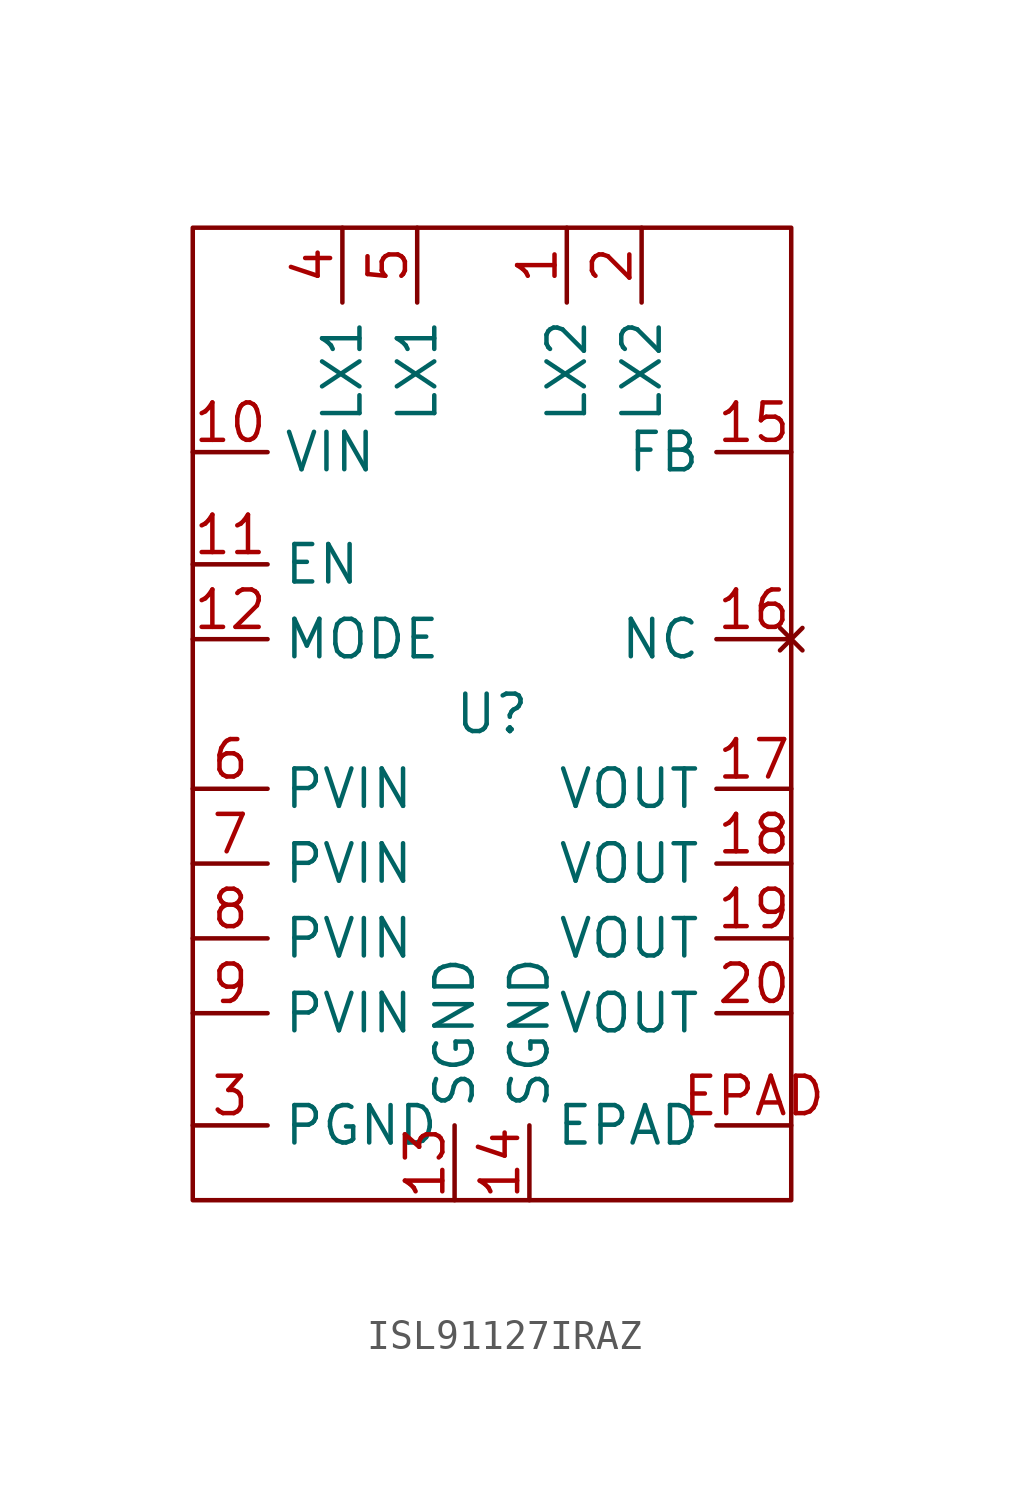
<source format=kicad_sym>
(kicad_symbol_lib
  (version 20220914)
  (generator kicad_symbol_editor)
  (symbol "ISL91127IRAZ"
    (property "Reference" "U"
      (at 0 0 0)
      (effects (font (size 1.27 1.27))))
    (property "Value" ""
      (at -6.35 -1.27 0)
      (effects (font (size 1.27 1.27))))
    (symbol "ISL91127IRAZ_0_1"
      (rectangle (start -10.16 16.51) (end 10.16 -16.51) (stroke (width 0) (type default)) (fill (type none))))
    (symbol "ISL91127IRAZ_1_1"
      (pin output line (at 2.54 16.51 270) (length 2.54) (name "LX2" (effects (font (size 1.27 1.27)))) (number "1" (effects (font (size 1.27 1.27)))))
      (pin power_in line (at -10.16 8.89 0) (length 2.54) (name "VIN" (effects (font (size 1.27 1.27)))) (number "10" (effects (font (size 1.27 1.27)))))
      (pin input line (at -10.16 5.08 0) (length 2.54) (name "EN" (effects (font (size 1.27 1.27)))) (number "11" (effects (font (size 1.27 1.27)))))
      (pin input line (at -10.16 2.54 0) (length 2.54) (name "MODE" (effects (font (size 1.27 1.27)))) (number "12" (effects (font (size 1.27 1.27)))))
      (pin power_in line (at -1.27 -16.51 90) (length 2.54) (name "SGND" (effects (font (size 1.27 1.27)))) (number "13" (effects (font (size 1.27 1.27)))))
      (pin power_in line (at 1.27 -16.51 90) (length 2.54) (name "SGND" (effects (font (size 1.27 1.27)))) (number "14" (effects (font (size 1.27 1.27)))))
      (pin input line (at 10.16 8.89 180) (length 2.54) (name "FB" (effects (font (size 1.27 1.27)))) (number "15" (effects (font (size 1.27 1.27)))))
      (pin no_connect line (at 10.16 2.54 180) (length 2.54) (name "NC" (effects (font (size 1.27 1.27)))) (number "16" (effects (font (size 1.27 1.27)))))
      (pin power_out line (at 10.16 -2.54 180) (length 2.54) (name "VOUT" (effects (font (size 1.27 1.27)))) (number "17" (effects (font (size 1.27 1.27)))))
      (pin power_out line (at 10.16 -5.08 180) (length 2.54) (name "VOUT" (effects (font (size 1.27 1.27)))) (number "18" (effects (font (size 1.27 1.27)))))
      (pin power_out line (at 10.16 -7.62 180) (length 2.54) (name "VOUT" (effects (font (size 1.27 1.27)))) (number "19" (effects (font (size 1.27 1.27)))))
      (pin output line (at 5.08 16.51 270) (length 2.54) (name "LX2" (effects (font (size 1.27 1.27)))) (number "2" (effects (font (size 1.27 1.27)))))
      (pin power_out line (at 10.16 -10.16 180) (length 2.54) (name "VOUT" (effects (font (size 1.27 1.27)))) (number "20" (effects (font (size 1.27 1.27)))))
      (pin power_in line (at -10.16 -13.97 0) (length 2.54) (name "PGND" (effects (font (size 1.27 1.27)))) (number "3" (effects (font (size 1.27 1.27)))))
      (pin input line (at -5.08 16.51 270) (length 2.54) (name "LX1" (effects (font (size 1.27 1.27)))) (number "4" (effects (font (size 1.27 1.27)))))
      (pin input line (at -2.54 16.51 270) (length 2.54) (name "LX1" (effects (font (size 1.27 1.27)))) (number "5" (effects (font (size 1.27 1.27)))))
      (pin power_in line (at -10.16 -2.54 0) (length 2.54) (name "PVIN" (effects (font (size 1.27 1.27)))) (number "6" (effects (font (size 1.27 1.27)))))
      (pin power_in line (at -10.16 -5.08 0) (length 2.54) (name "PVIN" (effects (font (size 1.27 1.27)))) (number "7" (effects (font (size 1.27 1.27)))))
      (pin power_in line (at -10.16 -7.62 0) (length 2.54) (name "PVIN" (effects (font (size 1.27 1.27)))) (number "8" (effects (font (size 1.27 1.27)))))
      (pin power_in line (at -10.16 -10.16 0) (length 2.54) (name "PVIN" (effects (font (size 1.27 1.27)))) (number "9" (effects (font (size 1.27 1.27)))))
      (pin power_in line (at 10.16 -13.97 180) (length 2.54) (name "EPAD" (effects (font (size 1.27 1.27)))) (number "EPAD" (effects (font (size 1.27 1.27))))))))
</source>
